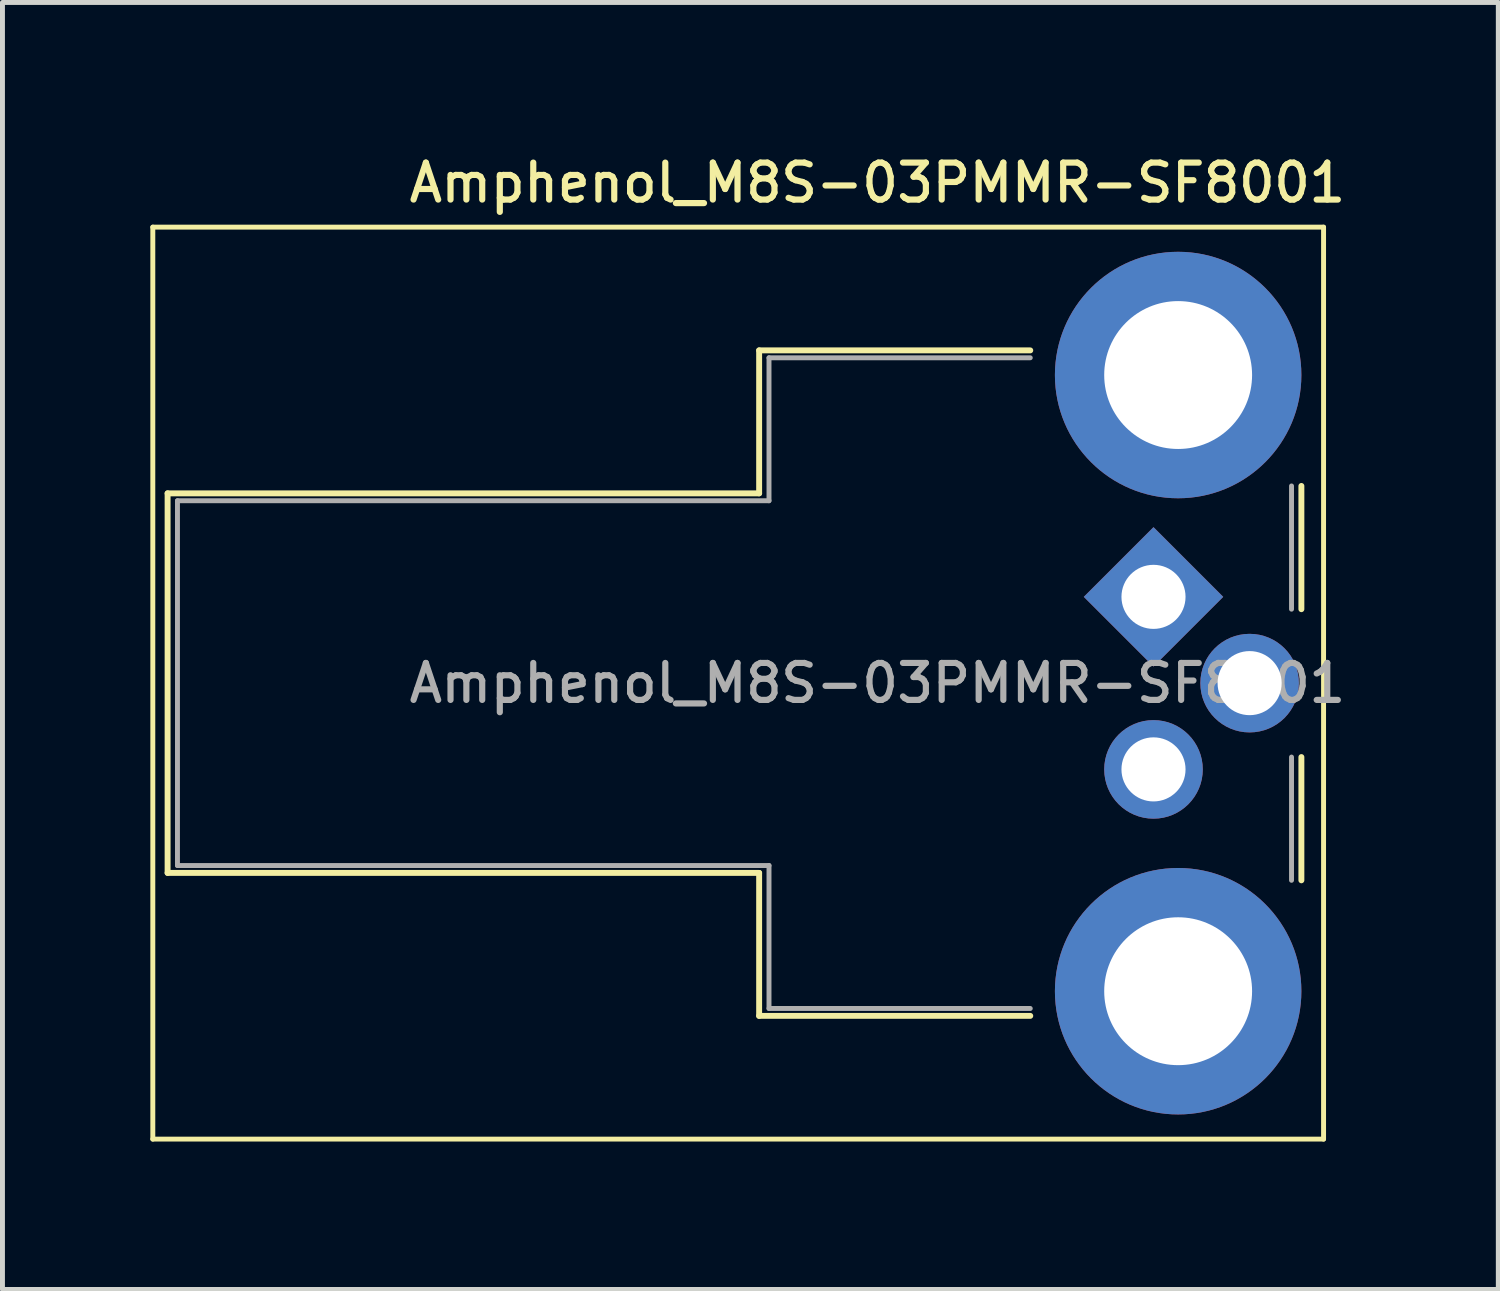
<source format=kicad_pcb>
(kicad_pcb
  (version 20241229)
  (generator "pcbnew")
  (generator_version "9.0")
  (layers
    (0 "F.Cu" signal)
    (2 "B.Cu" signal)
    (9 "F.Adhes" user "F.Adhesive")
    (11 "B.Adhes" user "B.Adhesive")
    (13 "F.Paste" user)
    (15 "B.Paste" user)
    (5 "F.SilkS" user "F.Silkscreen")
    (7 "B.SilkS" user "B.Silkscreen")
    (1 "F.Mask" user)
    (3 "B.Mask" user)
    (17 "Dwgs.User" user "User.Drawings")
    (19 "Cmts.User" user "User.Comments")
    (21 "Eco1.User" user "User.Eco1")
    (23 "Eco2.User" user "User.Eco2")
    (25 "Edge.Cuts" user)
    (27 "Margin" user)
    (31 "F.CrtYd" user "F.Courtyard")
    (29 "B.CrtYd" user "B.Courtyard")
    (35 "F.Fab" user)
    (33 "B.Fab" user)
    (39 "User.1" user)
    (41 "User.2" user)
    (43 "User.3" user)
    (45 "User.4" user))
  (footprint "Amphenol_M8S-03PMMR-SF8001"
    (layer "F.Cu")
    (at 20.35 9.058)
    (property "Reference" "Amphenol_M8S-03PMMR-SF8001" (at -5.6 -8.4 180) (layer "F.SilkS") (effects (font (size 0.75 0.75) (thickness 0.125))))
    (attr through_hole)
    (fp_line (start -20.3 -7.5) (end -20.3 11) (stroke (width 0.1) (type solid)) (layer "F.SilkS"))
    (fp_line (start -20.3 11) (end 3.45 11) (stroke (width 0.1) (type solid)) (layer "F.SilkS"))
    (fp_line (start -20 -2.1) (end -8 -2.1) (stroke (width 0.12) (type solid)) (layer "F.SilkS"))
    (fp_line (start -20 5.6) (end -20 -2.1) (stroke (width 0.12) (type solid)) (layer "F.SilkS"))
    (fp_line (start -20 5.6) (end -8 5.6) (stroke (width 0.12) (type solid)) (layer "F.SilkS"))
    (fp_line (start -8 -5) (end -2.5 -5) (stroke (width 0.12) (type solid)) (layer "F.SilkS"))
    (fp_line (start -8 -2.1) (end -8 -5) (stroke (width 0.12) (type solid)) (layer "F.SilkS"))
    (fp_line (start -8 5.6) (end -8 8.5) (stroke (width 0.12) (type solid)) (layer "F.SilkS"))
    (fp_line (start -8 8.5) (end -2.5 8.5) (stroke (width 0.12) (type solid)) (layer "F.SilkS"))
    (fp_line (start 3 0.25) (end 3 -2.25) (stroke (width 0.12) (type solid)) (layer "F.SilkS"))
    (fp_line (start 3 5.75) (end 3 3.25) (stroke (width 0.12) (type solid)) (layer "F.SilkS"))
    (fp_line (start 3.45 -7.5) (end -20.3 -7.5) (stroke (width 0.1) (type solid)) (layer "F.SilkS"))
    (fp_line (start 3.45 11) (end 3.45 -7.5) (stroke (width 0.1) (type solid)) (layer "F.SilkS"))
    (fp_line (start -19.8 -1.95) (end -7.8 -1.95) (stroke (width 0.1) (type solid)) (layer "F.Fab"))
    (fp_line (start -19.8 5.45) (end -19.8 -1.95) (stroke (width 0.1) (type solid)) (layer "F.Fab"))
    (fp_line (start -19.8 5.45) (end -7.8 5.45) (stroke (width 0.1) (type solid)) (layer "F.Fab"))
    (fp_line (start -7.8 -4.85) (end -2.5 -4.85) (stroke (width 0.1) (type solid)) (layer "F.Fab"))
    (fp_line (start -7.8 -1.95) (end -7.8 -4.85) (stroke (width 0.1) (type solid)) (layer "F.Fab"))
    (fp_line (start -7.8 5.45) (end -7.8 8.35) (stroke (width 0.1) (type solid)) (layer "F.Fab"))
    (fp_line (start -7.8 8.35) (end -2.5 8.35) (stroke (width 0.1) (type solid)) (layer "F.Fab"))
    (fp_line (start 2.8 0.25) (end 2.8 -2.25) (stroke (width 0.1) (type solid)) (layer "F.Fab"))
    (fp_line (start 2.8 5.75) (end 2.8 3.25) (stroke (width 0.1) (type solid)) (layer "F.Fab"))
    (fp_text user "${REFERENCE}" (at -5.6 1.75 180) (layer "F.Fab") (effects (font (size 0.75 0.75) (thickness 0.125))))
    (pad "1" thru_hole rect (at 0 0 135) (size 2 2) (drill 1.3) (layers "*.Cu" "*.Mask"))
    (pad "2" thru_hole circle (at 1.95 1.75 90) (size 2 2) (drill 1.3) (layers "*.Cu" "*.Mask"))
    (pad "3" thru_hole circle (at 0 3.5 90) (size 2 2) (drill 1.3) (layers "*.Cu" "*.Mask"))
    (pad "SH" thru_hole circle (at 0.5 -4.5 90) (size 5 5) (drill 3) (layers "*.Cu" "*.Mask"))
    (pad "SH" thru_hole circle (at 0.5 8 90) (size 5 5) (drill 3) (layers "*.Cu" "*.Mask")))
  (gr_rect
    (start -3 -3)
    (end 27.345 23.108)
    (stroke (width 0.1) (type default))
    (fill no)
    (layer "Edge.Cuts")))
</source>
